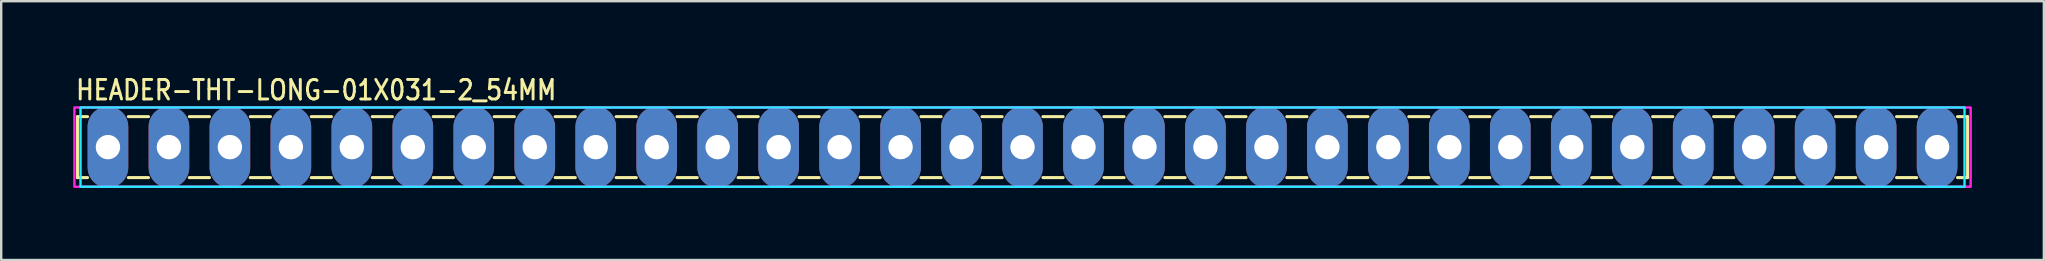
<source format=kicad_pcb>
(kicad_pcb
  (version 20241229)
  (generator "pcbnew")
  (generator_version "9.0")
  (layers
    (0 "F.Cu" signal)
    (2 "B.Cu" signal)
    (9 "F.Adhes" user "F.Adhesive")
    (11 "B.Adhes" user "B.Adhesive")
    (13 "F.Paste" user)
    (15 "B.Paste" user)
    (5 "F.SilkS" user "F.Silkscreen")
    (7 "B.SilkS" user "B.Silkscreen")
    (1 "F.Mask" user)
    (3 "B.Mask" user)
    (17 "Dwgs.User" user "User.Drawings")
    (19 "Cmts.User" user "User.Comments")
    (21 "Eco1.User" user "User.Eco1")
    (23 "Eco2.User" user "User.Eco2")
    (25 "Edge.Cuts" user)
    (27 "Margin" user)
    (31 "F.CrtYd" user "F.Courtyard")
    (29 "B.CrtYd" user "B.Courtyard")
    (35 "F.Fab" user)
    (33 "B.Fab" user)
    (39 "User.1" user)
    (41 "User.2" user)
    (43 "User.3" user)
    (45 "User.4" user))
  (footprint "HEADER-THT-LONG-01X031-2_54MM"
    (layer "F.Cu")
    (at 1.447 3.079)
    (property "Reference" "HEADER-THT-LONG-01X031-2_54MM" (at -1.4 -1.9 0) (unlocked yes) (layer "F.SilkS") (effects (font (size 0.813 0.695) (thickness 0.122)) (justify left bottom)))
    (fp_line (start -1.27 -1.27) (end -1.27 1.27) (stroke (width 0.127) (type solid)) (layer "F.SilkS"))
    (fp_line (start -1.27 1.27) (end -0.85 1.27) (stroke (width 0.127) (type solid)) (layer "F.SilkS"))
    (fp_line (start -0.85 -1.27) (end -1.27 -1.27) (stroke (width 0.127) (type solid)) (layer "F.SilkS"))
    (fp_line (start 0.85 -1.27) (end 1.69 -1.27) (stroke (width 0.127) (type solid)) (layer "F.SilkS"))
    (fp_line (start 0.85 1.27) (end 1.69 1.27) (stroke (width 0.127) (type solid)) (layer "F.SilkS"))
    (fp_line (start 3.39 -1.27) (end 4.23 -1.27) (stroke (width 0.127) (type solid)) (layer "F.SilkS"))
    (fp_line (start 3.39 1.27) (end 4.23 1.27) (stroke (width 0.127) (type solid)) (layer "F.SilkS"))
    (fp_line (start 5.93 -1.27) (end 6.77 -1.27) (stroke (width 0.127) (type solid)) (layer "F.SilkS"))
    (fp_line (start 5.93 1.27) (end 6.77 1.27) (stroke (width 0.127) (type solid)) (layer "F.SilkS"))
    (fp_line (start 8.47 -1.27) (end 9.31 -1.27) (stroke (width 0.127) (type solid)) (layer "F.SilkS"))
    (fp_line (start 8.47 1.27) (end 9.31 1.27) (stroke (width 0.127) (type solid)) (layer "F.SilkS"))
    (fp_line (start 11.01 -1.27) (end 11.85 -1.27) (stroke (width 0.127) (type solid)) (layer "F.SilkS"))
    (fp_line (start 11.01 1.27) (end 11.85 1.27) (stroke (width 0.127) (type solid)) (layer "F.SilkS"))
    (fp_line (start 13.55 -1.27) (end 14.39 -1.27) (stroke (width 0.127) (type solid)) (layer "F.SilkS"))
    (fp_line (start 13.55 1.27) (end 14.39 1.27) (stroke (width 0.127) (type solid)) (layer "F.SilkS"))
    (fp_line (start 16.09 -1.27) (end 16.93 -1.27) (stroke (width 0.127) (type solid)) (layer "F.SilkS"))
    (fp_line (start 16.09 1.27) (end 16.93 1.27) (stroke (width 0.127) (type solid)) (layer "F.SilkS"))
    (fp_line (start 18.63 -1.27) (end 19.47 -1.27) (stroke (width 0.127) (type solid)) (layer "F.SilkS"))
    (fp_line (start 18.63 1.27) (end 19.47 1.27) (stroke (width 0.127) (type solid)) (layer "F.SilkS"))
    (fp_line (start 21.17 -1.27) (end 22.01 -1.27) (stroke (width 0.127) (type solid)) (layer "F.SilkS"))
    (fp_line (start 21.17 1.27) (end 22.01 1.27) (stroke (width 0.127) (type solid)) (layer "F.SilkS"))
    (fp_line (start 23.71 -1.27) (end 24.55 -1.27) (stroke (width 0.127) (type solid)) (layer "F.SilkS"))
    (fp_line (start 23.71 1.27) (end 24.55 1.27) (stroke (width 0.127) (type solid)) (layer "F.SilkS"))
    (fp_line (start 26.25 -1.27) (end 27.09 -1.27) (stroke (width 0.127) (type solid)) (layer "F.SilkS"))
    (fp_line (start 26.25 1.27) (end 27.09 1.27) (stroke (width 0.127) (type solid)) (layer "F.SilkS"))
    (fp_line (start 28.79 -1.27) (end 29.63 -1.27) (stroke (width 0.127) (type solid)) (layer "F.SilkS"))
    (fp_line (start 28.79 1.27) (end 29.63 1.27) (stroke (width 0.127) (type solid)) (layer "F.SilkS"))
    (fp_line (start 31.33 -1.27) (end 32.17 -1.27) (stroke (width 0.127) (type solid)) (layer "F.SilkS"))
    (fp_line (start 31.33 1.27) (end 32.17 1.27) (stroke (width 0.127) (type solid)) (layer "F.SilkS"))
    (fp_line (start 33.87 -1.27) (end 34.71 -1.27) (stroke (width 0.127) (type solid)) (layer "F.SilkS"))
    (fp_line (start 33.87 1.27) (end 34.71 1.27) (stroke (width 0.127) (type solid)) (layer "F.SilkS"))
    (fp_line (start 36.41 -1.27) (end 37.25 -1.27) (stroke (width 0.127) (type solid)) (layer "F.SilkS"))
    (fp_line (start 36.41 1.27) (end 37.25 1.27) (stroke (width 0.127) (type solid)) (layer "F.SilkS"))
    (fp_line (start 38.95 -1.27) (end 39.79 -1.27) (stroke (width 0.127) (type solid)) (layer "F.SilkS"))
    (fp_line (start 38.95 1.27) (end 39.79 1.27) (stroke (width 0.127) (type solid)) (layer "F.SilkS"))
    (fp_line (start 41.49 -1.27) (end 42.33 -1.27) (stroke (width 0.127) (type solid)) (layer "F.SilkS"))
    (fp_line (start 41.49 1.27) (end 42.33 1.27) (stroke (width 0.127) (type solid)) (layer "F.SilkS"))
    (fp_line (start 44.03 -1.27) (end 44.87 -1.27) (stroke (width 0.127) (type solid)) (layer "F.SilkS"))
    (fp_line (start 44.03 1.27) (end 44.87 1.27) (stroke (width 0.127) (type solid)) (layer "F.SilkS"))
    (fp_line (start 46.57 -1.27) (end 47.41 -1.27) (stroke (width 0.127) (type solid)) (layer "F.SilkS"))
    (fp_line (start 46.57 1.27) (end 47.41 1.27) (stroke (width 0.127) (type solid)) (layer "F.SilkS"))
    (fp_line (start 49.11 -1.27) (end 49.95 -1.27) (stroke (width 0.127) (type solid)) (layer "F.SilkS"))
    (fp_line (start 49.11 1.27) (end 49.95 1.27) (stroke (width 0.127) (type solid)) (layer "F.SilkS"))
    (fp_line (start 51.65 -1.27) (end 52.49 -1.27) (stroke (width 0.127) (type solid)) (layer "F.SilkS"))
    (fp_line (start 51.65 1.27) (end 52.49 1.27) (stroke (width 0.127) (type solid)) (layer "F.SilkS"))
    (fp_line (start 54.19 -1.27) (end 55.03 -1.27) (stroke (width 0.127) (type solid)) (layer "F.SilkS"))
    (fp_line (start 54.19 1.27) (end 55.03 1.27) (stroke (width 0.127) (type solid)) (layer "F.SilkS"))
    (fp_line (start 56.73 -1.27) (end 57.57 -1.27) (stroke (width 0.127) (type solid)) (layer "F.SilkS"))
    (fp_line (start 56.73 1.27) (end 57.57 1.27) (stroke (width 0.127) (type solid)) (layer "F.SilkS"))
    (fp_line (start 59.27 -1.27) (end 60.11 -1.27) (stroke (width 0.127) (type solid)) (layer "F.SilkS"))
    (fp_line (start 59.27 1.27) (end 60.11 1.27) (stroke (width 0.127) (type solid)) (layer "F.SilkS"))
    (fp_line (start 61.81 -1.27) (end 62.65 -1.27) (stroke (width 0.127) (type solid)) (layer "F.SilkS"))
    (fp_line (start 61.81 1.27) (end 62.65 1.27) (stroke (width 0.127) (type solid)) (layer "F.SilkS"))
    (fp_line (start 64.35 -1.27) (end 65.19 -1.27) (stroke (width 0.127) (type solid)) (layer "F.SilkS"))
    (fp_line (start 64.35 1.27) (end 65.19 1.27) (stroke (width 0.127) (type solid)) (layer "F.SilkS"))
    (fp_line (start 66.89 -1.27) (end 67.73 -1.27) (stroke (width 0.127) (type solid)) (layer "F.SilkS"))
    (fp_line (start 66.89 1.27) (end 67.73 1.27) (stroke (width 0.127) (type solid)) (layer "F.SilkS"))
    (fp_line (start 69.43 -1.27) (end 70.27 -1.27) (stroke (width 0.127) (type solid)) (layer "F.SilkS"))
    (fp_line (start 69.43 1.27) (end 70.27 1.27) (stroke (width 0.127) (type solid)) (layer "F.SilkS"))
    (fp_line (start 71.97 -1.27) (end 72.81 -1.27) (stroke (width 0.127) (type solid)) (layer "F.SilkS"))
    (fp_line (start 71.97 1.27) (end 72.81 1.27) (stroke (width 0.127) (type solid)) (layer "F.SilkS"))
    (fp_line (start 74.51 -1.27) (end 75.35 -1.27) (stroke (width 0.127) (type solid)) (layer "F.SilkS"))
    (fp_line (start 74.51 1.27) (end 75.35 1.27) (stroke (width 0.127) (type solid)) (layer "F.SilkS"))
    (fp_line (start 77.05 -1.27) (end 77.47 -1.27) (stroke (width 0.127) (type solid)) (layer "F.SilkS"))
    (fp_line (start 77.47 -1.27) (end 77.47 1.27) (stroke (width 0.127) (type solid)) (layer "F.SilkS"))
    (fp_line (start 77.47 1.27) (end 77.05 1.27) (stroke (width 0.127) (type solid)) (layer "F.SilkS"))
    (fp_poly (pts (xy -1.143 -1.651) (xy 77.343 -1.651) (xy 77.343 1.651) (xy -1.143 1.651)) (stroke (width 0.1) (type solid)) (fill no) (layer "B.CrtYd"))
    (fp_poly (pts (xy -1.397 -1.651) (xy 77.597 -1.651) (xy 77.597 1.651) (xy -1.397 1.651)) (stroke (width 0.1) (type solid)) (fill no) (layer "F.CrtYd"))
    (pad "P$1" thru_hole oval (at 0 0 90) (size 3.387 1.693) (drill 1.016) (layers "*.Cu" "*.Mask"))
    (pad "P$2" thru_hole oval (at 2.54 0 90) (size 3.387 1.693) (drill 1.016) (layers "*.Cu" "*.Mask"))
    (pad "P$3" thru_hole oval (at 5.08 0 90) (size 3.387 1.693) (drill 1.016) (layers "*.Cu" "*.Mask"))
    (pad "P$4" thru_hole oval (at 7.62 0 90) (size 3.387 1.693) (drill 1.016) (layers "*.Cu" "*.Mask"))
    (pad "P$5" thru_hole oval (at 10.16 0 90) (size 3.387 1.693) (drill 1.016) (layers "*.Cu" "*.Mask"))
    (pad "P$6" thru_hole oval (at 12.7 0 90) (size 3.387 1.693) (drill 1.016) (layers "*.Cu" "*.Mask"))
    (pad "P$7" thru_hole oval (at 15.24 0 90) (size 3.387 1.693) (drill 1.016) (layers "*.Cu" "*.Mask"))
    (pad "P$8" thru_hole oval (at 17.78 0 90) (size 3.387 1.693) (drill 1.016) (layers "*.Cu" "*.Mask"))
    (pad "P$9" thru_hole oval (at 20.32 0 90) (size 3.387 1.693) (drill 1.016) (layers "*.Cu" "*.Mask"))
    (pad "P$10" thru_hole oval (at 22.86 0 90) (size 3.387 1.693) (drill 1.016) (layers "*.Cu" "*.Mask"))
    (pad "P$11" thru_hole oval (at 25.4 0 90) (size 3.387 1.693) (drill 1.016) (layers "*.Cu" "*.Mask"))
    (pad "P$12" thru_hole oval (at 27.94 0 90) (size 3.387 1.693) (drill 1.016) (layers "*.Cu" "*.Mask"))
    (pad "P$13" thru_hole oval (at 30.48 0 90) (size 3.387 1.693) (drill 1.016) (layers "*.Cu" "*.Mask"))
    (pad "P$14" thru_hole oval (at 33.02 0 90) (size 3.387 1.693) (drill 1.016) (layers "*.Cu" "*.Mask"))
    (pad "P$15" thru_hole oval (at 35.56 0 90) (size 3.387 1.693) (drill 1.016) (layers "*.Cu" "*.Mask"))
    (pad "P$16" thru_hole oval (at 38.1 0 90) (size 3.387 1.693) (drill 1.016) (layers "*.Cu" "*.Mask"))
    (pad "P$17" thru_hole oval (at 40.64 0 90) (size 3.387 1.693) (drill 1.016) (layers "*.Cu" "*.Mask"))
    (pad "P$18" thru_hole oval (at 43.18 0 90) (size 3.387 1.693) (drill 1.016) (layers "*.Cu" "*.Mask"))
    (pad "P$19" thru_hole oval (at 45.72 0 90) (size 3.387 1.693) (drill 1.016) (layers "*.Cu" "*.Mask"))
    (pad "P$20" thru_hole oval (at 48.26 0 90) (size 3.387 1.693) (drill 1.016) (layers "*.Cu" "*.Mask"))
    (pad "P$21" thru_hole oval (at 50.8 0 90) (size 3.387 1.693) (drill 1.016) (layers "*.Cu" "*.Mask"))
    (pad "P$22" thru_hole oval (at 53.34 0 90) (size 3.387 1.693) (drill 1.016) (layers "*.Cu" "*.Mask"))
    (pad "P$23" thru_hole oval (at 55.88 0 90) (size 3.387 1.693) (drill 1.016) (layers "*.Cu" "*.Mask"))
    (pad "P$24" thru_hole oval (at 58.42 0 90) (size 3.387 1.693) (drill 1.016) (layers "*.Cu" "*.Mask"))
    (pad "P$25" thru_hole oval (at 60.96 0 90) (size 3.387 1.693) (drill 1.016) (layers "*.Cu" "*.Mask"))
    (pad "P$26" thru_hole oval (at 63.5 0 90) (size 3.387 1.693) (drill 1.016) (layers "*.Cu" "*.Mask"))
    (pad "P$27" thru_hole oval (at 66.04 0 90) (size 3.387 1.693) (drill 1.016) (layers "*.Cu" "*.Mask"))
    (pad "P$28" thru_hole oval (at 68.58 0 90) (size 3.387 1.693) (drill 1.016) (layers "*.Cu" "*.Mask"))
    (pad "P$29" thru_hole oval (at 71.12 0 90) (size 3.387 1.693) (drill 1.016) (layers "*.Cu" "*.Mask"))
    (pad "P$30" thru_hole oval (at 73.66 0 90) (size 3.387 1.693) (drill 1.016) (layers "*.Cu" "*.Mask"))
    (pad "P$31" thru_hole oval (at 76.2 0 90) (size 3.387 1.693) (drill 1.016) (layers "*.Cu" "*.Mask")))
  (gr_rect
    (start -3 -3)
    (end 82.094 7.78)
    (stroke (width 0.1) (type default))
    (fill no)
    (layer "Edge.Cuts")))
</source>
